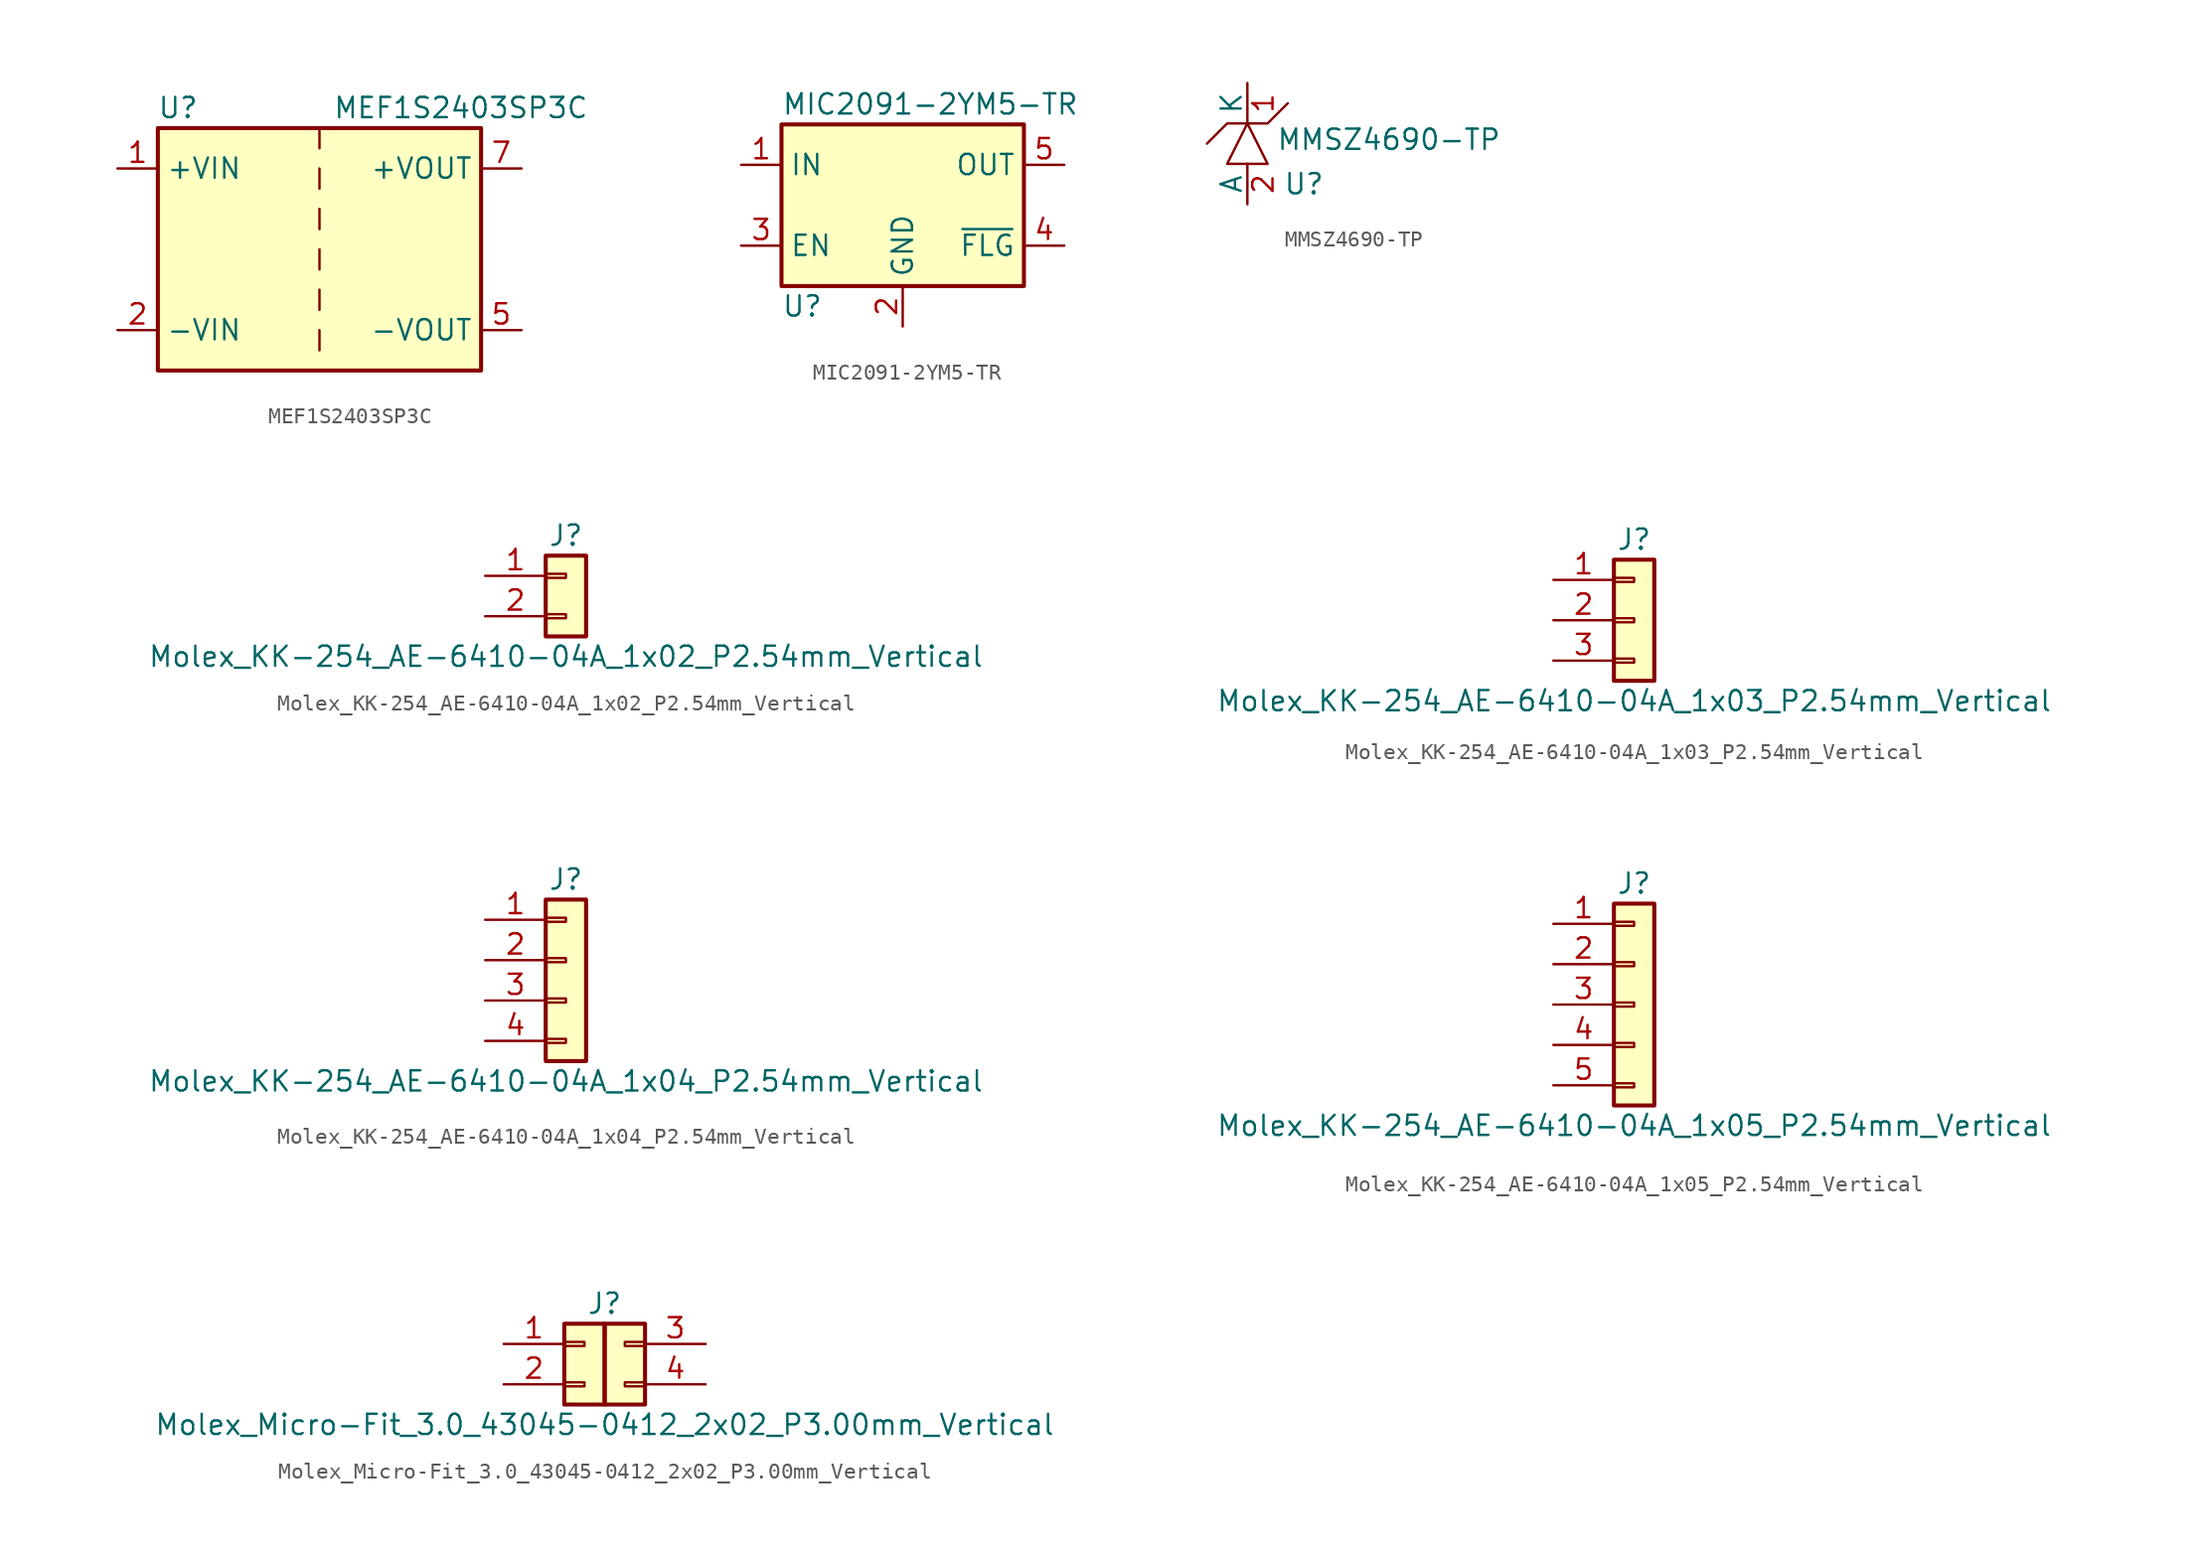
<source format=kicad_sym>
(kicad_symbol_lib
  (version 20231120)
  (generator "kicad_symbol_editor")
  (generator_version "8.0")
  (symbol "MEF1S2403SP3C"
    (property "Reference" "U"
      (at -8.89 8.89 0)
      (effects (font (size 1.27 1.27))))
    (property "Value" "MEF1S2403SP3C"
      (at 8.89 8.89 0)
      (effects (font (size 1.27 1.27))))
    (symbol "MEF1S2403SP3C_0_1"
      (rectangle (start -10.16 7.62) (end 10.16 -7.62) (stroke (width 0.254) (type default)) (fill (type background)))
      (polyline (pts (xy 0 -5.08) (xy 0 -6.35)) (stroke (width 0) (type default)) (fill (type none)))
      (polyline (pts (xy 0 -2.54) (xy 0 -3.81)) (stroke (width 0) (type default)) (fill (type none)))
      (polyline (pts (xy 0 0) (xy 0 -1.27)) (stroke (width 0) (type default)) (fill (type none)))
      (polyline (pts (xy 0 2.54) (xy 0 1.27)) (stroke (width 0) (type default)) (fill (type none)))
      (polyline (pts (xy 0 5.08) (xy 0 3.81)) (stroke (width 0) (type default)) (fill (type none)))
      (polyline (pts (xy 0 7.62) (xy 0 6.35)) (stroke (width 0) (type default)) (fill (type none))))
    (symbol "MEF1S2403SP3C_1_1"
      (pin power_in line (at -12.7 5.08 0) (length 2.54) (name "+VIN" (effects (font (size 1.27 1.27)))) (number "1" (effects (font (size 1.27 1.27)))))
      (pin power_in line (at -12.7 -5.08 0) (length 2.54) (name "-VIN" (effects (font (size 1.27 1.27)))) (number "2" (effects (font (size 1.27 1.27)))))
      (pin power_out line (at 12.7 -5.08 180) (length 2.54) (name "-VOUT" (effects (font (size 1.27 1.27)))) (number "5" (effects (font (size 1.27 1.27)))))
      (pin power_out line (at 12.7 5.08 180) (length 2.54) (name "+VOUT" (effects (font (size 1.27 1.27)))) (number "7" (effects (font (size 1.27 1.27)))))))
  (symbol "MIC2091-2YM5-TR"
    (property "Reference" "U"
      (at -7.62 -6.35 0)
      (effects (font (size 1.27 1.27)) (justify left)))
    (property "Value" "MIC2091-2YM5-TR"
      (at -7.62 6.35 0)
      (effects (font (size 1.27 1.27)) (justify left)))
    (symbol "MIC2091-2YM5-TR_0_1"
      (rectangle (start -7.62 5.08) (end 7.62 -5.08) (stroke (width 0.254) (type default)) (fill (type background))))
    (symbol "MIC2091-2YM5-TR_1_1"
      (pin power_in line (at -10.16 2.54 0) (length 2.54) (name "IN" (effects (font (size 1.27 1.27)))) (number "1" (effects (font (size 1.27 1.27)))))
      (pin power_in line (at 0 -7.62 90) (length 2.54) (name "GND" (effects (font (size 1.27 1.27)))) (number "2" (effects (font (size 1.27 1.27)))))
      (pin input line (at -10.16 -2.54 0) (length 2.54) (name "EN" (effects (font (size 1.27 1.27)))) (number "3" (effects (font (size 1.27 1.27)))))
      (pin open_collector line (at 10.16 -2.54 180) (length 2.54) (name "~{FLG}" (effects (font (size 1.27 1.27)))) (number "4" (effects (font (size 1.27 1.27)))))
      (pin power_out line (at 10.16 2.54 180) (length 2.54) (name "OUT" (effects (font (size 1.27 1.27)))) (number "5" (effects (font (size 1.27 1.27)))))))
  (symbol "MMSZ4690-TP"
    (pin_names
      (offset 0))
    (property "Reference" "U"
      (at 3.556 -2.54 0)
      (effects (font (size 1.27 1.27))))
    (property "Value" "MMSZ4690-TP"
      (at 8.89 0.254 0)
      (effects (font (size 1.27 1.27))))
    (symbol "MMSZ4690-TP_0_1"
      (polyline (pts (xy -2.54 0) (xy -1.27 1.27) (xy 1.27 1.27) (xy 2.54 2.54)) (stroke (width 0) (type default)) (fill (type none)))
      (polyline (pts (xy -1.27 -1.27) (xy 1.27 -1.27) (xy 0 1.27) (xy -1.27 -1.27)) (stroke (width 0) (type default)) (fill (type none))))
    (symbol "MMSZ4690-TP_1_1"
      (pin passive line (at 0 3.81 270) (length 2.54) (name "K" (effects (font (size 1.27 1.27)))) (number "1" (effects (font (size 1.27 1.27)))))
      (pin passive line (at 0 -3.81 90) (length 2.54) (name "A" (effects (font (size 1.27 1.27)))) (number "2" (effects (font (size 1.27 1.27)))))))
  (symbol "Molex_KK-254_AE-6410-04A_1x02_P2.54mm_Vertical"
    (pin_names
      (offset 1.016) hide)
    (property "Reference" "J"
      (at 0 2.54 0)
      (effects (font (size 1.27 1.27))))
    (property "Value" "Molex_KK-254_AE-6410-04A_1x02_P2.54mm_Vertical"
      (at 0 -5.08 0)
      (effects (font (size 1.27 1.27))))
    (symbol "Molex_KK-254_AE-6410-04A_1x02_P2.54mm_Vertical_1_1"
      (rectangle (start -1.27 -2.413) (end 0 -2.667) (stroke (width 0.152) (type default)) (fill (type none)))
      (rectangle (start -1.27 0.127) (end 0 -0.127) (stroke (width 0.152) (type default)) (fill (type none)))
      (rectangle (start -1.27 1.27) (end 1.27 -3.81) (stroke (width 0.254) (type default)) (fill (type background)))
      (pin passive line (at -5.08 0 0) (length 3.81) (name "Pin_1" (effects (font (size 1.27 1.27)))) (number "1" (effects (font (size 1.27 1.27)))))
      (pin passive line (at -5.08 -2.54 0) (length 3.81) (name "Pin_2" (effects (font (size 1.27 1.27)))) (number "2" (effects (font (size 1.27 1.27)))))))
  (symbol "Molex_KK-254_AE-6410-04A_1x03_P2.54mm_Vertical"
    (pin_names
      (offset 1.016) hide)
    (property "Reference" "J"
      (at 0 5.08 0)
      (effects (font (size 1.27 1.27))))
    (property "Value" "Molex_KK-254_AE-6410-04A_1x03_P2.54mm_Vertical"
      (at 0 -5.08 0)
      (effects (font (size 1.27 1.27))))
    (symbol "Molex_KK-254_AE-6410-04A_1x03_P2.54mm_Vertical_1_1"
      (rectangle (start -1.27 -2.413) (end 0 -2.667) (stroke (width 0.152) (type default)) (fill (type none)))
      (rectangle (start -1.27 0.127) (end 0 -0.127) (stroke (width 0.152) (type default)) (fill (type none)))
      (rectangle (start -1.27 2.667) (end 0 2.413) (stroke (width 0.152) (type default)) (fill (type none)))
      (rectangle (start -1.27 3.81) (end 1.27 -3.81) (stroke (width 0.254) (type default)) (fill (type background)))
      (pin passive line (at -5.08 2.54 0) (length 3.81) (name "Pin_1" (effects (font (size 1.27 1.27)))) (number "1" (effects (font (size 1.27 1.27)))))
      (pin passive line (at -5.08 0 0) (length 3.81) (name "Pin_2" (effects (font (size 1.27 1.27)))) (number "2" (effects (font (size 1.27 1.27)))))
      (pin passive line (at -5.08 -2.54 0) (length 3.81) (name "Pin_3" (effects (font (size 1.27 1.27)))) (number "3" (effects (font (size 1.27 1.27)))))))
  (symbol "Molex_KK-254_AE-6410-04A_1x04_P2.54mm_Vertical"
    (pin_names
      (offset 1.016) hide)
    (property "Reference" "J"
      (at 0 5.08 0)
      (effects (font (size 1.27 1.27))))
    (property "Value" "Molex_KK-254_AE-6410-04A_1x04_P2.54mm_Vertical"
      (at 0 -7.62 0)
      (effects (font (size 1.27 1.27))))
    (symbol "Molex_KK-254_AE-6410-04A_1x04_P2.54mm_Vertical_1_1"
      (rectangle (start -1.27 -4.953) (end 0 -5.207) (stroke (width 0.152) (type default)) (fill (type none)))
      (rectangle (start -1.27 -2.413) (end 0 -2.667) (stroke (width 0.152) (type default)) (fill (type none)))
      (rectangle (start -1.27 0.127) (end 0 -0.127) (stroke (width 0.152) (type default)) (fill (type none)))
      (rectangle (start -1.27 2.667) (end 0 2.413) (stroke (width 0.152) (type default)) (fill (type none)))
      (rectangle (start -1.27 3.81) (end 1.27 -6.35) (stroke (width 0.254) (type default)) (fill (type background)))
      (pin passive line (at -5.08 2.54 0) (length 3.81) (name "Pin_1" (effects (font (size 1.27 1.27)))) (number "1" (effects (font (size 1.27 1.27)))))
      (pin passive line (at -5.08 0 0) (length 3.81) (name "Pin_2" (effects (font (size 1.27 1.27)))) (number "2" (effects (font (size 1.27 1.27)))))
      (pin passive line (at -5.08 -2.54 0) (length 3.81) (name "Pin_3" (effects (font (size 1.27 1.27)))) (number "3" (effects (font (size 1.27 1.27)))))
      (pin passive line (at -5.08 -5.08 0) (length 3.81) (name "Pin_4" (effects (font (size 1.27 1.27)))) (number "4" (effects (font (size 1.27 1.27)))))))
  (symbol "Molex_KK-254_AE-6410-04A_1x05_P2.54mm_Vertical"
    (pin_names
      (offset 1.016) hide)
    (property "Reference" "J"
      (at 0 7.62 0)
      (effects (font (size 1.27 1.27))))
    (property "Value" "Molex_KK-254_AE-6410-04A_1x05_P2.54mm_Vertical"
      (at 0 -7.62 0)
      (effects (font (size 1.27 1.27))))
    (symbol "Molex_KK-254_AE-6410-04A_1x05_P2.54mm_Vertical_1_1"
      (rectangle (start -1.27 -4.953) (end 0 -5.207) (stroke (width 0.152) (type default)) (fill (type none)))
      (rectangle (start -1.27 -2.413) (end 0 -2.667) (stroke (width 0.152) (type default)) (fill (type none)))
      (rectangle (start -1.27 0.127) (end 0 -0.127) (stroke (width 0.152) (type default)) (fill (type none)))
      (rectangle (start -1.27 2.667) (end 0 2.413) (stroke (width 0.152) (type default)) (fill (type none)))
      (rectangle (start -1.27 5.207) (end 0 4.953) (stroke (width 0.152) (type default)) (fill (type none)))
      (rectangle (start -1.27 6.35) (end 1.27 -6.35) (stroke (width 0.254) (type default)) (fill (type background)))
      (pin passive line (at -5.08 5.08 0) (length 3.81) (name "Pin_1" (effects (font (size 1.27 1.27)))) (number "1" (effects (font (size 1.27 1.27)))))
      (pin passive line (at -5.08 2.54 0) (length 3.81) (name "Pin_2" (effects (font (size 1.27 1.27)))) (number "2" (effects (font (size 1.27 1.27)))))
      (pin passive line (at -5.08 0 0) (length 3.81) (name "Pin_3" (effects (font (size 1.27 1.27)))) (number "3" (effects (font (size 1.27 1.27)))))
      (pin passive line (at -5.08 -2.54 0) (length 3.81) (name "Pin_4" (effects (font (size 1.27 1.27)))) (number "4" (effects (font (size 1.27 1.27)))))
      (pin passive line (at -5.08 -5.08 0) (length 3.81) (name "Pin_5" (effects (font (size 1.27 1.27)))) (number "5" (effects (font (size 1.27 1.27)))))))
  (symbol "Molex_Micro-Fit_3.0_43045-0412_2x02_P3.00mm_Vertical"
    (pin_names
      (offset 1.016) hide)
    (property "Reference" "J"
      (at 0 2.54 0)
      (effects (font (size 1.27 1.27))))
    (property "Value" "Molex_Micro-Fit_3.0_43045-0412_2x02_P3.00mm_Vertical"
      (at 0 -5.08 0)
      (effects (font (size 1.27 1.27))))
    (symbol "Molex_Micro-Fit_3.0_43045-0412_2x02_P3.00mm_Vertical_1_1"
      (rectangle (start -2.54 -2.413) (end -1.27 -2.667) (stroke (width 0.152) (type default)) (fill (type none)))
      (rectangle (start -2.54 0.127) (end -1.27 -0.127) (stroke (width 0.152) (type default)) (fill (type none)))
      (rectangle (start -2.54 1.27) (end 0 -3.81) (stroke (width 0.254) (type default)) (fill (type background)))
      (rectangle (start 2.54 -2.413) (end 1.27 -2.667) (stroke (width 0.152) (type default)) (fill (type none)))
      (rectangle (start 2.54 0.127) (end 1.27 -0.127) (stroke (width 0.152) (type default)) (fill (type none)))
      (rectangle (start 2.54 1.27) (end 0 -3.81) (stroke (width 0.254) (type default)) (fill (type background)))
      (pin passive line (at -6.35 0 0) (length 3.81) (name "Pin_1" (effects (font (size 1.27 1.27)))) (number "1" (effects (font (size 1.27 1.27)))))
      (pin passive line (at -6.35 -2.54 0) (length 3.81) (name "Pin_2" (effects (font (size 1.27 1.27)))) (number "2" (effects (font (size 1.27 1.27)))))
      (pin passive line (at 6.35 0 180) (length 3.81) (name "Pin_3" (effects (font (size 1.27 1.27)))) (number "3" (effects (font (size 1.27 1.27)))))
      (pin passive line (at 6.35 -2.54 180) (length 3.81) (name "Pin_4" (effects (font (size 1.27 1.27)))) (number "4" (effects (font (size 1.27 1.27))))))))
</source>
